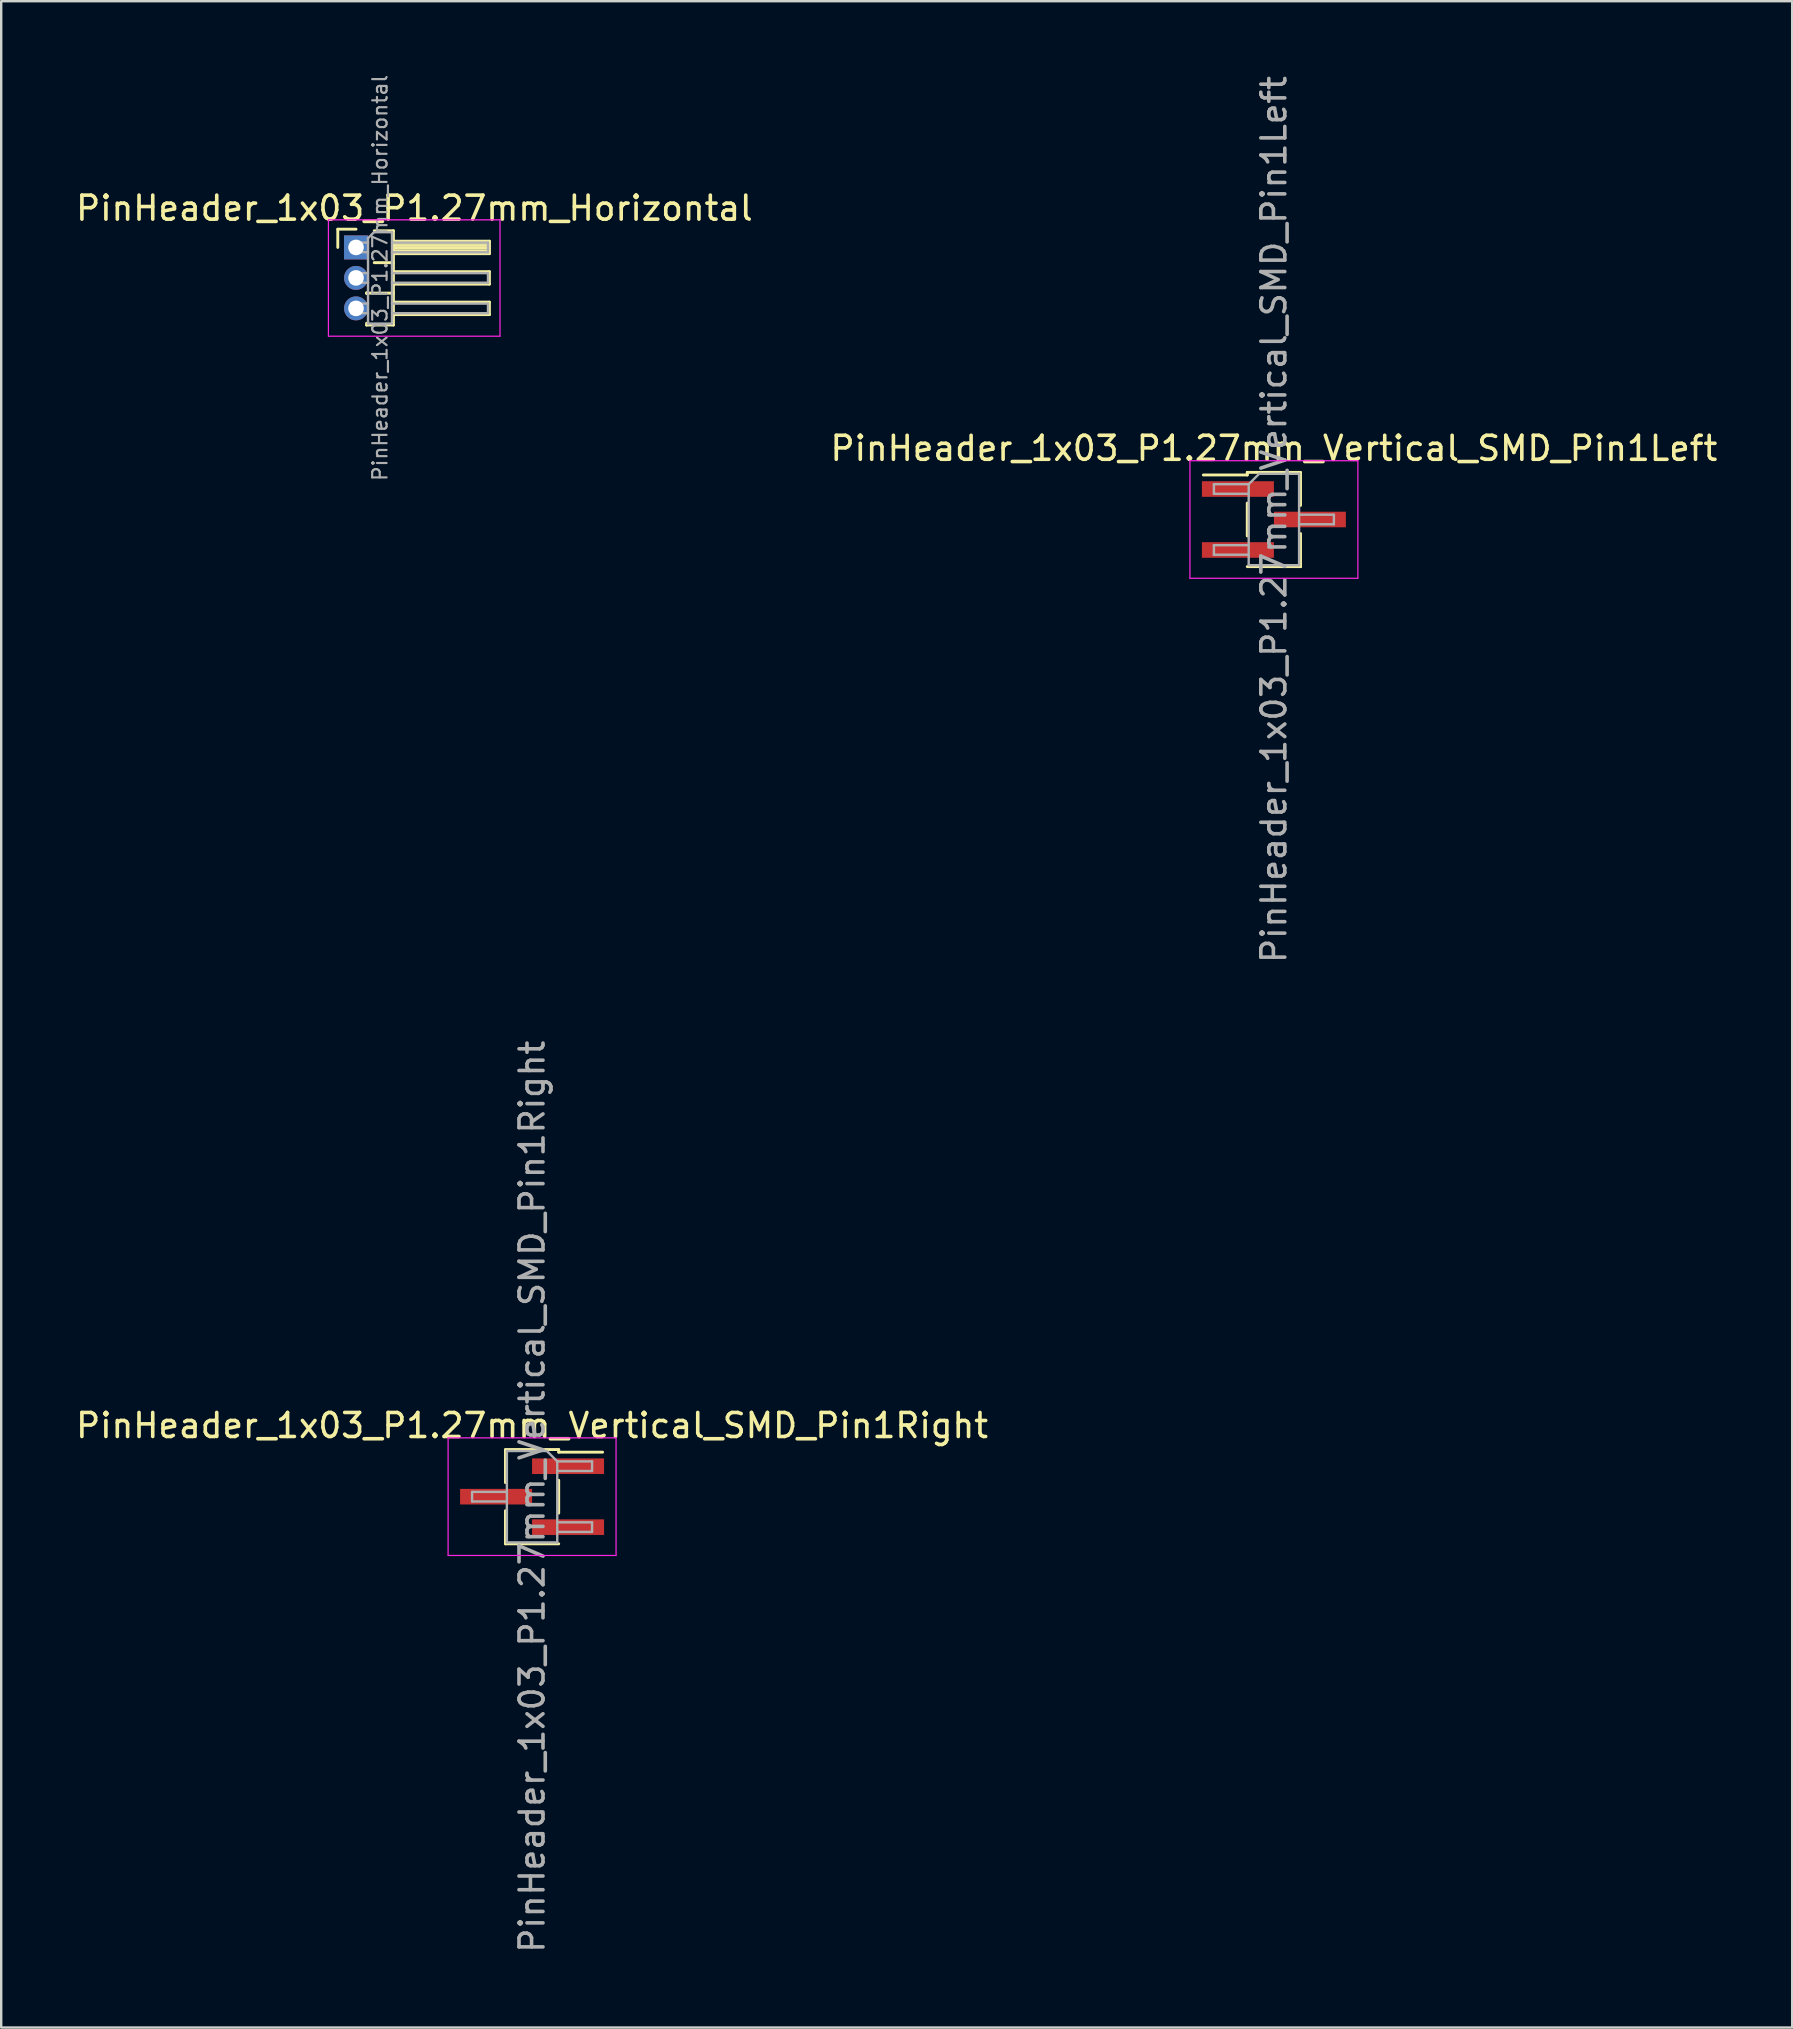
<source format=kicad_pcb>
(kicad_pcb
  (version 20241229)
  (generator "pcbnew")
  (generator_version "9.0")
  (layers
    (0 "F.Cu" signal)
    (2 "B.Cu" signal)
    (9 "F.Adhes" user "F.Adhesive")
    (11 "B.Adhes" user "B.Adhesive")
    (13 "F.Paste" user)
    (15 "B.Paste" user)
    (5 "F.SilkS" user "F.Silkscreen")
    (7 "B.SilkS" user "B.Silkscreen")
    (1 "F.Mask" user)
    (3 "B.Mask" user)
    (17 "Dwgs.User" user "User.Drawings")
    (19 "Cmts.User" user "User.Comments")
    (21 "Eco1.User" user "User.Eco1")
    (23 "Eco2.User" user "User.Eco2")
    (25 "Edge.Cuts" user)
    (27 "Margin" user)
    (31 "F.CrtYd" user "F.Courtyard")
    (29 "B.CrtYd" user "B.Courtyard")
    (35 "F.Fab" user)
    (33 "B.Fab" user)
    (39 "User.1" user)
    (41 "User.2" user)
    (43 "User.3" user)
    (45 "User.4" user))
  (footprint "PinHeader_1x03_P1.27mm_Horizontal"
    (layer "F.Cu")
    (at 11.788 7.262)
    (property "Reference" "PinHeader_1x03_P1.27mm_Horizontal" (at 2.433 -1.635 0) (layer "F.SilkS") (effects (font (size 1 1) (thickness 0.15))))
    (attr through_hole)
    (fp_line (start -0.76 -0.76) (end 0 -0.76) (stroke (width 0.12) (type solid)) (layer "F.SilkS"))
    (fp_line (start -0.76 0) (end -0.76 -0.76) (stroke (width 0.12) (type solid)) (layer "F.SilkS"))
    (fp_line (start 0.44 1.89) (end 0.44 1.92) (stroke (width 0.12) (type solid)) (layer "F.SilkS"))
    (fp_line (start 0.44 1.905) (end 1.56 1.905) (stroke (width 0.12) (type solid)) (layer "F.SilkS"))
    (fp_line (start 0.44 3.235) (end 0.44 3.16) (stroke (width 0.12) (type solid)) (layer "F.SilkS"))
    (fp_line (start 0.76 -0.695) (end 1.56 -0.695) (stroke (width 0.12) (type solid)) (layer "F.SilkS"))
    (fp_line (start 0.76 0.635) (end 1.56 0.635) (stroke (width 0.12) (type solid)) (layer "F.SilkS"))
    (fp_line (start 1.56 -0.695) (end 1.56 3.235) (stroke (width 0.12) (type solid)) (layer "F.SilkS"))
    (fp_line (start 1.56 -0.26) (end 5.56 -0.26) (stroke (width 0.12) (type solid)) (layer "F.SilkS"))
    (fp_line (start 1.56 -0.2) (end 5.56 -0.2) (stroke (width 0.12) (type solid)) (layer "F.SilkS"))
    (fp_line (start 1.56 -0.08) (end 5.56 -0.08) (stroke (width 0.12) (type solid)) (layer "F.SilkS"))
    (fp_line (start 1.56 0.04) (end 5.56 0.04) (stroke (width 0.12) (type solid)) (layer "F.SilkS"))
    (fp_line (start 1.56 0.16) (end 5.56 0.16) (stroke (width 0.12) (type solid)) (layer "F.SilkS"))
    (fp_line (start 1.56 1.01) (end 5.56 1.01) (stroke (width 0.12) (type solid)) (layer "F.SilkS"))
    (fp_line (start 1.56 2.28) (end 5.56 2.28) (stroke (width 0.12) (type solid)) (layer "F.SilkS"))
    (fp_line (start 1.56 3.235) (end 0.44 3.235) (stroke (width 0.12) (type solid)) (layer "F.SilkS"))
    (fp_line (start 5.56 -0.26) (end 5.56 0.26) (stroke (width 0.12) (type solid)) (layer "F.SilkS"))
    (fp_line (start 5.56 0.26) (end 1.56 0.26) (stroke (width 0.12) (type solid)) (layer "F.SilkS"))
    (fp_line (start 5.56 1.01) (end 5.56 1.53) (stroke (width 0.12) (type solid)) (layer "F.SilkS"))
    (fp_line (start 5.56 1.53) (end 1.56 1.53) (stroke (width 0.12) (type solid)) (layer "F.SilkS"))
    (fp_line (start 5.56 2.28) (end 5.56 2.8) (stroke (width 0.12) (type solid)) (layer "F.SilkS"))
    (fp_line (start 5.56 2.8) (end 1.56 2.8) (stroke (width 0.12) (type solid)) (layer "F.SilkS"))
    (fp_line (start -1.15 -1.15) (end -1.15 3.7) (stroke (width 0.05) (type solid)) (layer "F.CrtYd"))
    (fp_line (start -1.15 3.7) (end 6 3.7) (stroke (width 0.05) (type solid)) (layer "F.CrtYd"))
    (fp_line (start 6 -1.15) (end -1.15 -1.15) (stroke (width 0.05) (type solid)) (layer "F.CrtYd"))
    (fp_line (start 6 3.7) (end 6 -1.15) (stroke (width 0.05) (type solid)) (layer "F.CrtYd"))
    (fp_line (start -0.2 -0.2) (end -0.2 0.2) (stroke (width 0.1) (type solid)) (layer "F.Fab"))
    (fp_line (start -0.2 -0.2) (end 0.5 -0.2) (stroke (width 0.1) (type solid)) (layer "F.Fab"))
    (fp_line (start -0.2 0.2) (end 0.5 0.2) (stroke (width 0.1) (type solid)) (layer "F.Fab"))
    (fp_line (start -0.2 1.07) (end -0.2 1.47) (stroke (width 0.1) (type solid)) (layer "F.Fab"))
    (fp_line (start -0.2 1.07) (end 0.5 1.07) (stroke (width 0.1) (type solid)) (layer "F.Fab"))
    (fp_line (start -0.2 1.47) (end 0.5 1.47) (stroke (width 0.1) (type solid)) (layer "F.Fab"))
    (fp_line (start -0.2 2.34) (end -0.2 2.74) (stroke (width 0.1) (type solid)) (layer "F.Fab"))
    (fp_line (start -0.2 2.34) (end 0.5 2.34) (stroke (width 0.1) (type solid)) (layer "F.Fab"))
    (fp_line (start -0.2 2.74) (end 0.5 2.74) (stroke (width 0.1) (type solid)) (layer "F.Fab"))
    (fp_line (start 0.5 -0.385) (end 0.75 -0.635) (stroke (width 0.1) (type solid)) (layer "F.Fab"))
    (fp_line (start 0.5 3.175) (end 0.5 -0.385) (stroke (width 0.1) (type solid)) (layer "F.Fab"))
    (fp_line (start 0.75 -0.635) (end 1.5 -0.635) (stroke (width 0.1) (type solid)) (layer "F.Fab"))
    (fp_line (start 1.5 -0.635) (end 1.5 3.175) (stroke (width 0.1) (type solid)) (layer "F.Fab"))
    (fp_line (start 1.5 -0.2) (end 5.5 -0.2) (stroke (width 0.1) (type solid)) (layer "F.Fab"))
    (fp_line (start 1.5 0.2) (end 5.5 0.2) (stroke (width 0.1) (type solid)) (layer "F.Fab"))
    (fp_line (start 1.5 1.07) (end 5.5 1.07) (stroke (width 0.1) (type solid)) (layer "F.Fab"))
    (fp_line (start 1.5 1.47) (end 5.5 1.47) (stroke (width 0.1) (type solid)) (layer "F.Fab"))
    (fp_line (start 1.5 2.34) (end 5.5 2.34) (stroke (width 0.1) (type solid)) (layer "F.Fab"))
    (fp_line (start 1.5 2.74) (end 5.5 2.74) (stroke (width 0.1) (type solid)) (layer "F.Fab"))
    (fp_line (start 1.5 3.175) (end 0.5 3.175) (stroke (width 0.1) (type solid)) (layer "F.Fab"))
    (fp_line (start 5.5 -0.2) (end 5.5 0.2) (stroke (width 0.1) (type solid)) (layer "F.Fab"))
    (fp_line (start 5.5 1.07) (end 5.5 1.47) (stroke (width 0.1) (type solid)) (layer "F.Fab"))
    (fp_line (start 5.5 2.34) (end 5.5 2.74) (stroke (width 0.1) (type solid)) (layer "F.Fab"))
    (fp_text user "${REFERENCE}" (at 1 1.27 90) (layer "F.Fab") (effects (font (size 0.6 0.6) (thickness 0.09))))
    (pad "1" thru_hole rect (at 0 0) (size 1 1) (drill 0.65) (layers "*.Cu" "*.Mask"))
    (pad "2" thru_hole oval (at 0 1.27) (size 1 1) (drill 0.65) (layers "*.Cu" "*.Mask"))
    (pad "3" thru_hole oval (at 0 2.54) (size 1 1) (drill 0.65) (layers "*.Cu" "*.Mask")))
  (footprint "PinHeader_1x03_P1.27mm_Vertical_SMD_Pin1Left"
    (layer "F.Cu")
    (at 50.042 18.601)
    (property "Reference" "PinHeader_1x03_P1.27mm_Vertical_SMD_Pin1Left" (at 0 -2.965 0) (layer "F.SilkS") (effects (font (size 1 1) (thickness 0.15))))
    (attr smd)
    (fp_line (start -1.11 -1.965) (end -1.11 -1.855) (stroke (width 0.12) (type solid)) (layer "F.SilkS"))
    (fp_line (start -1.11 -1.965) (end 1.11 -1.965) (stroke (width 0.12) (type solid)) (layer "F.SilkS"))
    (fp_line (start -1.11 -1.855) (end -2.94 -1.855) (stroke (width 0.12) (type solid)) (layer "F.SilkS"))
    (fp_line (start -1.11 -0.685) (end -1.11 0.685) (stroke (width 0.12) (type solid)) (layer "F.SilkS"))
    (fp_line (start -1.11 1.965) (end 1.11 1.965) (stroke (width 0.12) (type solid)) (layer "F.SilkS"))
    (fp_line (start 1.11 -1.955) (end 1.11 -0.585) (stroke (width 0.12) (type solid)) (layer "F.SilkS"))
    (fp_line (start 1.11 0.585) (end 1.11 1.955) (stroke (width 0.12) (type solid)) (layer "F.SilkS"))
    (fp_line (start 1.11 1.855) (end 1.11 1.965) (stroke (width 0.12) (type solid)) (layer "F.SilkS"))
    (fp_line (start -3.5 -2.45) (end -3.5 2.45) (stroke (width 0.05) (type solid)) (layer "F.CrtYd"))
    (fp_line (start -3.5 2.45) (end 3.5 2.45) (stroke (width 0.05) (type solid)) (layer "F.CrtYd"))
    (fp_line (start 3.5 -2.45) (end -3.5 -2.45) (stroke (width 0.05) (type solid)) (layer "F.CrtYd"))
    (fp_line (start 3.5 2.45) (end 3.5 -2.45) (stroke (width 0.05) (type solid)) (layer "F.CrtYd"))
    (fp_line (start -2.5 -1.47) (end -2.5 -1.07) (stroke (width 0.1) (type solid)) (layer "F.Fab"))
    (fp_line (start -2.5 -1.07) (end -1.05 -1.07) (stroke (width 0.1) (type solid)) (layer "F.Fab"))
    (fp_line (start -2.5 1.07) (end -2.5 1.47) (stroke (width 0.1) (type solid)) (layer "F.Fab"))
    (fp_line (start -2.5 1.47) (end -1.05 1.47) (stroke (width 0.1) (type solid)) (layer "F.Fab"))
    (fp_line (start -1.05 -1.47) (end -2.5 -1.47) (stroke (width 0.1) (type solid)) (layer "F.Fab"))
    (fp_line (start -1.05 -1.47) (end -0.615 -1.905) (stroke (width 0.1) (type solid)) (layer "F.Fab"))
    (fp_line (start -1.05 1.07) (end -2.5 1.07) (stroke (width 0.1) (type solid)) (layer "F.Fab"))
    (fp_line (start -1.05 1.905) (end -1.05 -1.47) (stroke (width 0.1) (type solid)) (layer "F.Fab"))
    (fp_line (start -0.615 -1.905) (end 1.05 -1.905) (stroke (width 0.1) (type solid)) (layer "F.Fab"))
    (fp_line (start 1.05 -1.905) (end 1.05 1.905) (stroke (width 0.1) (type solid)) (layer "F.Fab"))
    (fp_line (start 1.05 -0.2) (end 2.5 -0.2) (stroke (width 0.1) (type solid)) (layer "F.Fab"))
    (fp_line (start 1.05 1.905) (end -1.05 1.905) (stroke (width 0.1) (type solid)) (layer "F.Fab"))
    (fp_line (start 2.5 -0.2) (end 2.5 0.2) (stroke (width 0.1) (type solid)) (layer "F.Fab"))
    (fp_line (start 2.5 0.2) (end 1.05 0.2) (stroke (width 0.1) (type solid)) (layer "F.Fab"))
    (fp_text user "${REFERENCE}" (at 0 0 90) (layer "F.Fab") (effects (font (size 1 1) (thickness 0.15))))
    (pad "1" smd rect (at -1.5 -1.27) (size 3 0.65) (layers "F.Cu" "F.Mask" "F.Paste"))
    (pad "2" smd rect (at 1.5 0) (size 3 0.65) (layers "F.Cu" "F.Mask" "F.Paste"))
    (pad "3" smd rect (at -1.5 1.27) (size 3 0.65) (layers "F.Cu" "F.Mask" "F.Paste")))
  (footprint "PinHeader_1x03_P1.27mm_Vertical_SMD_Pin1Right"
    (layer "F.Cu")
    (at 19.125 59.327)
    (property "Reference" "PinHeader_1x03_P1.27mm_Vertical_SMD_Pin1Right" (at 0 -2.965 0) (layer "F.SilkS") (effects (font (size 1 1) (thickness 0.15))))
    (attr smd)
    (fp_line (start -1.11 -1.965) (end 1.11 -1.965) (stroke (width 0.12) (type solid)) (layer "F.SilkS"))
    (fp_line (start -1.11 -1.955) (end -1.11 -0.585) (stroke (width 0.12) (type solid)) (layer "F.SilkS"))
    (fp_line (start -1.11 0.585) (end -1.11 1.955) (stroke (width 0.12) (type solid)) (layer "F.SilkS"))
    (fp_line (start -1.11 1.855) (end -1.11 1.965) (stroke (width 0.12) (type solid)) (layer "F.SilkS"))
    (fp_line (start -1.11 1.965) (end 1.11 1.965) (stroke (width 0.12) (type solid)) (layer "F.SilkS"))
    (fp_line (start 1.11 -1.965) (end 1.11 -1.855) (stroke (width 0.12) (type solid)) (layer "F.SilkS"))
    (fp_line (start 1.11 -1.855) (end 2.94 -1.855) (stroke (width 0.12) (type solid)) (layer "F.SilkS"))
    (fp_line (start 1.11 -0.685) (end 1.11 0.685) (stroke (width 0.12) (type solid)) (layer "F.SilkS"))
    (fp_line (start -3.5 -2.45) (end -3.5 2.45) (stroke (width 0.05) (type solid)) (layer "F.CrtYd"))
    (fp_line (start -3.5 2.45) (end 3.5 2.45) (stroke (width 0.05) (type solid)) (layer "F.CrtYd"))
    (fp_line (start 3.5 -2.45) (end -3.5 -2.45) (stroke (width 0.05) (type solid)) (layer "F.CrtYd"))
    (fp_line (start 3.5 2.45) (end 3.5 -2.45) (stroke (width 0.05) (type solid)) (layer "F.CrtYd"))
    (fp_line (start -2.5 -0.2) (end -2.5 0.2) (stroke (width 0.1) (type solid)) (layer "F.Fab"))
    (fp_line (start -2.5 0.2) (end -1.05 0.2) (stroke (width 0.1) (type solid)) (layer "F.Fab"))
    (fp_line (start -1.05 -1.905) (end -1.05 1.905) (stroke (width 0.1) (type solid)) (layer "F.Fab"))
    (fp_line (start -1.05 -1.905) (end 0.615 -1.905) (stroke (width 0.1) (type solid)) (layer "F.Fab"))
    (fp_line (start -1.05 -0.2) (end -2.5 -0.2) (stroke (width 0.1) (type solid)) (layer "F.Fab"))
    (fp_line (start 1.05 -1.47) (end 0.615 -1.905) (stroke (width 0.1) (type solid)) (layer "F.Fab"))
    (fp_line (start 1.05 -1.47) (end 2.5 -1.47) (stroke (width 0.1) (type solid)) (layer "F.Fab"))
    (fp_line (start 1.05 1.07) (end 2.5 1.07) (stroke (width 0.1) (type solid)) (layer "F.Fab"))
    (fp_line (start 1.05 1.905) (end -1.05 1.905) (stroke (width 0.1) (type solid)) (layer "F.Fab"))
    (fp_line (start 1.05 1.905) (end 1.05 -1.47) (stroke (width 0.1) (type solid)) (layer "F.Fab"))
    (fp_line (start 2.5 -1.47) (end 2.5 -1.07) (stroke (width 0.1) (type solid)) (layer "F.Fab"))
    (fp_line (start 2.5 -1.07) (end 1.05 -1.07) (stroke (width 0.1) (type solid)) (layer "F.Fab"))
    (fp_line (start 2.5 1.07) (end 2.5 1.47) (stroke (width 0.1) (type solid)) (layer "F.Fab"))
    (fp_line (start 2.5 1.47) (end 1.05 1.47) (stroke (width 0.1) (type solid)) (layer "F.Fab"))
    (fp_text user "${REFERENCE}" (at 0 0 90) (layer "F.Fab") (effects (font (size 1 1) (thickness 0.15))))
    (pad "1" smd rect (at 1.5 -1.27) (size 3 0.65) (layers "F.Cu" "F.Mask" "F.Paste"))
    (pad "2" smd rect (at -1.5 0) (size 3 0.65) (layers "F.Cu" "F.Mask" "F.Paste"))
    (pad "3" smd rect (at 1.5 1.27) (size 3 0.65) (layers "F.Cu" "F.Mask" "F.Paste")))
  (gr_rect
    (start -3 -3)
    (end 71.643 81.452)
    (stroke (width 0.1) (type default))
    (fill no)
    (layer "Edge.Cuts")))
</source>
